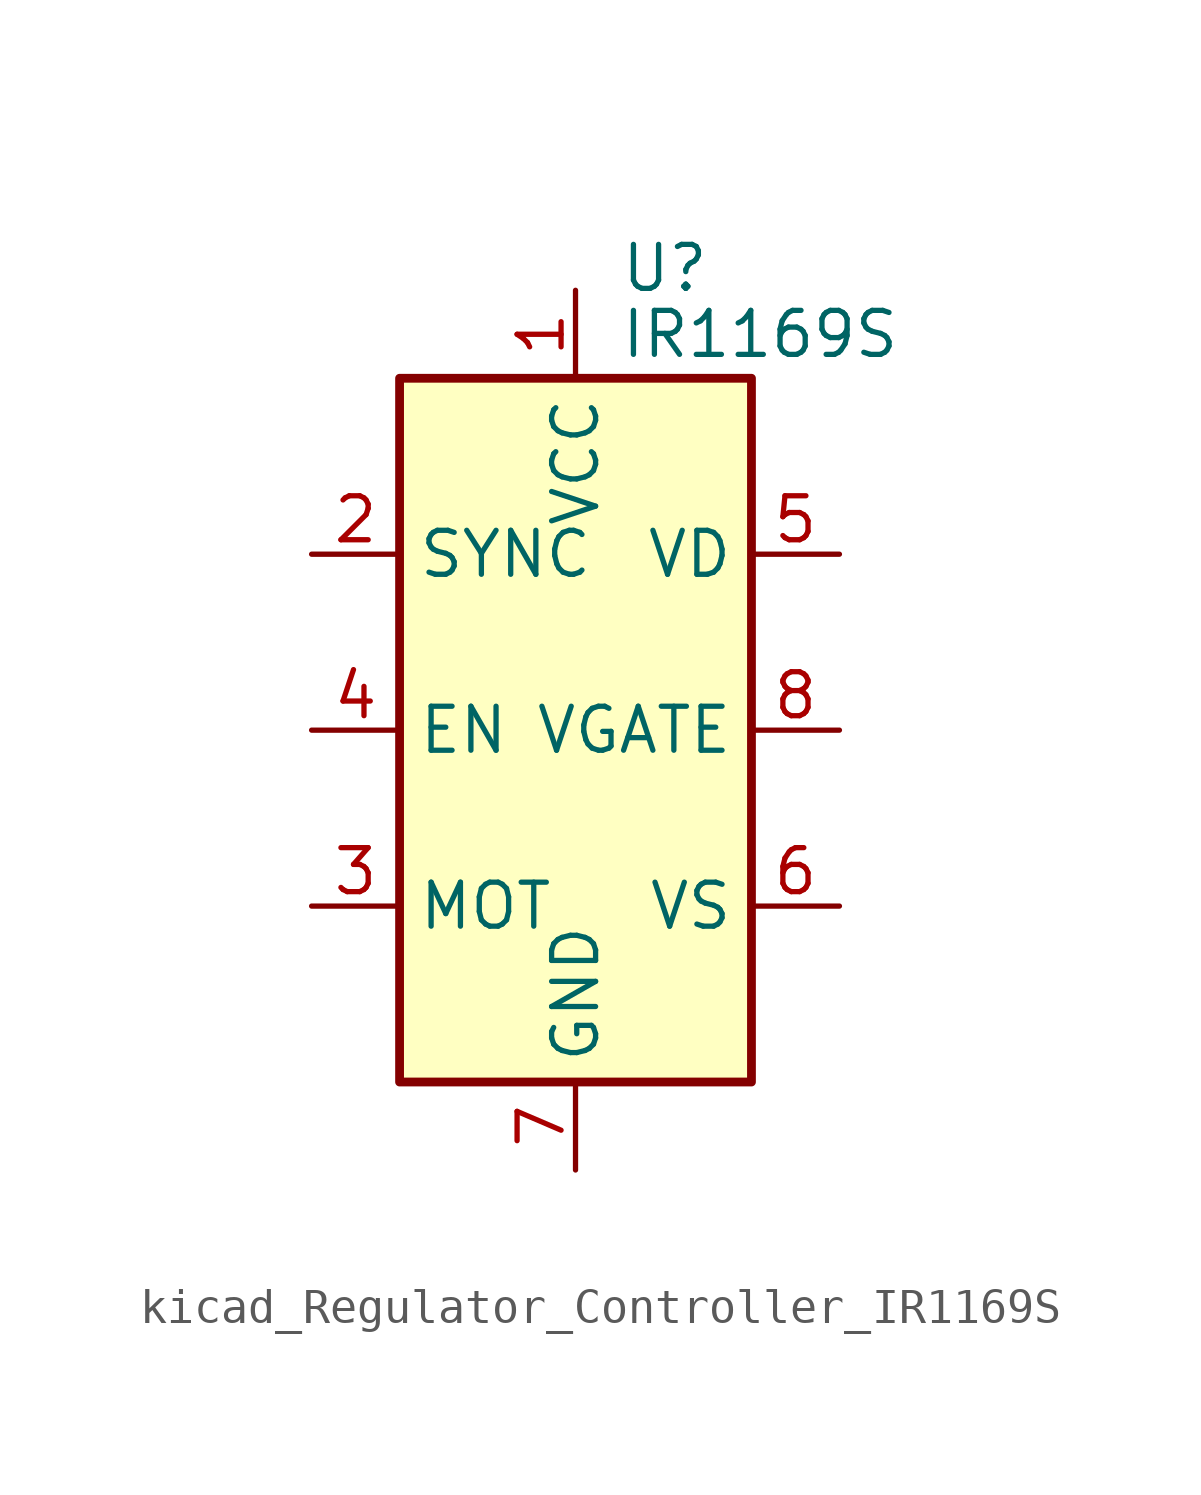
<source format=kicad_sym>
(kicad_symbol_lib
  (version 20220914)
  (generator kicad_symbol_editor)
  (symbol "kicad_Regulator_Controller_IR1169S"
    (property "Reference" "U"
      (at 1.27 13.335 0)
      (effects (font (size 1.27 1.27)) (justify left)))
    (property "Value" "IR1169S"
      (at 1.27 11.43 0)
      (effects (font (size 1.27 1.27)) (justify left)))
    (symbol "kicad_Regulator_Controller_IR1169S_0_1"
      (rectangle (start -5.08 -10.16) (end 5.08 10.16) (stroke (width 0.254) (type default)) (fill (type background))))
    (symbol "kicad_Regulator_Controller_IR1169S_1_1"
      (pin power_in line (at 0 12.7 270) (length 2.54) (name "VCC" (effects (font (size 1.27 1.27)))) (number "1" (effects (font (size 1.27 1.27)))))
      (pin input line (at -7.62 5.08 0) (length 2.54) (name "SYNC" (effects (font (size 1.27 1.27)))) (number "2" (effects (font (size 1.27 1.27)))))
      (pin passive line (at -7.62 -5.08 0) (length 2.54) (name "MOT" (effects (font (size 1.27 1.27)))) (number "3" (effects (font (size 1.27 1.27)))))
      (pin input line (at -7.62 0 0) (length 2.54) (name "EN" (effects (font (size 1.27 1.27)))) (number "4" (effects (font (size 1.27 1.27)))))
      (pin input line (at 7.62 5.08 180) (length 2.54) (name "VD" (effects (font (size 1.27 1.27)))) (number "5" (effects (font (size 1.27 1.27)))))
      (pin input line (at 7.62 -5.08 180) (length 2.54) (name "VS" (effects (font (size 1.27 1.27)))) (number "6" (effects (font (size 1.27 1.27)))))
      (pin power_in line (at 0 -12.7 90) (length 2.54) (name "GND" (effects (font (size 1.27 1.27)))) (number "7" (effects (font (size 1.27 1.27)))))
      (pin output line (at 7.62 0 180) (length 2.54) (name "VGATE" (effects (font (size 1.27 1.27)))) (number "8" (effects (font (size 1.27 1.27))))))))
</source>
